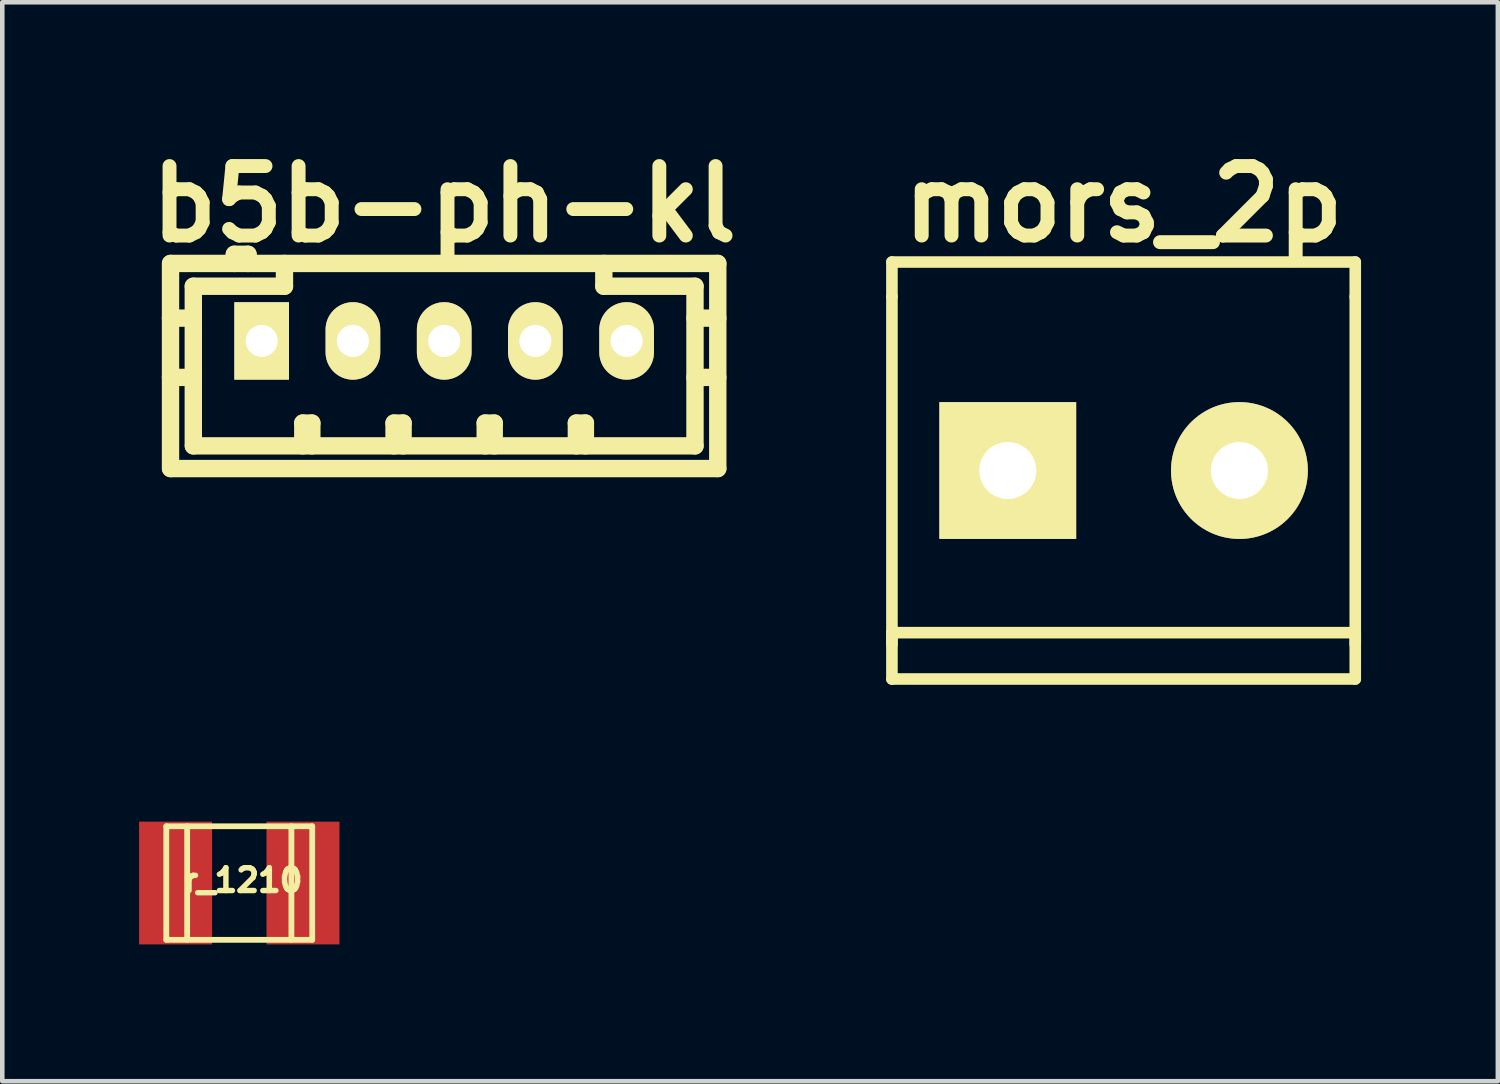
<source format=kicad_pcb>
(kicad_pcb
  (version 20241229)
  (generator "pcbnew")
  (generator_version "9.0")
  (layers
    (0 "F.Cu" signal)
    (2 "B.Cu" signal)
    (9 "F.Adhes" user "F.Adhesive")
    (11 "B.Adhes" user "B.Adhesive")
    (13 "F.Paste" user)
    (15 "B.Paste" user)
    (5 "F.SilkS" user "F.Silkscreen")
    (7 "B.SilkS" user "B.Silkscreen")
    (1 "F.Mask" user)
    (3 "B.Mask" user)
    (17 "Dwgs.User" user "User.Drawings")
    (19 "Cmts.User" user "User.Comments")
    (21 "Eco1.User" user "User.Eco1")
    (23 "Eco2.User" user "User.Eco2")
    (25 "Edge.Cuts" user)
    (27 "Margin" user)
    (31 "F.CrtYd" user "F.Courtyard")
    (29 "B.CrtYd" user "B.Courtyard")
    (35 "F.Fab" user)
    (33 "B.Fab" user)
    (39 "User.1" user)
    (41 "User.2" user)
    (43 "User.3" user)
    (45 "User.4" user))
  (footprint "r_1210"
    (layer "F.Cu")
    (at 2.197 16.314)
    (property "Reference" "r_1210" (at 0.076 -0.061 0) (layer "F.SilkS") (effects (font (size 0.5 0.5) (thickness 0.119))))
    (attr through_hole)
    (fp_line (start -1.6 -1.245) (end -1.6 1.245) (stroke (width 0.127) (type solid)) (layer "F.SilkS"))
    (fp_line (start -1.6 1.245) (end 1.6 1.245) (stroke (width 0.127) (type solid)) (layer "F.SilkS"))
    (fp_line (start -1.143 1.245) (end -1.143 -1.245) (stroke (width 0.127) (type solid)) (layer "F.SilkS"))
    (fp_line (start 1.143 -1.245) (end 1.143 1.245) (stroke (width 0.127) (type solid)) (layer "F.SilkS"))
    (fp_line (start 1.6 -1.245) (end -1.6 -1.245) (stroke (width 0.127) (type solid)) (layer "F.SilkS"))
    (fp_line (start 1.6 1.245) (end 1.6 -1.245) (stroke (width 0.127) (type solid)) (layer "F.SilkS"))
    (pad "1" smd rect (at 1.397 0) (size 1.6 2.692) (layers "F.Cu" "F.Mask" "F.Paste"))
    (pad "2" smd rect (at -1.397 0) (size 1.6 2.692) (layers "F.Cu" "F.Mask" "F.Paste")))
  (footprint "b5b-ph-kl"
    (layer "F.Cu")
    (at 6.691 4.426)
    (property "Reference" "b5b-ph-kl" (at 0 -3 0) (layer "F.SilkS") (effects (font (size 1.524 1.524) (thickness 0.305))))
    (attr through_hole)
    (fp_line (start -6.002 -1.699) (end -6.002 2.799) (stroke (width 0.381) (type solid)) (layer "F.SilkS"))
    (fp_line (start -5.502 -1.199) (end -5.502 2.301) (stroke (width 0.381) (type solid)) (layer "F.SilkS"))
    (fp_line (start -5.502 -0.5) (end -6.002 -0.5) (stroke (width 0.381) (type solid)) (layer "F.SilkS"))
    (fp_line (start -5.502 0.8) (end -6.002 0.8) (stroke (width 0.381) (type solid)) (layer "F.SilkS"))
    (fp_line (start -5.499 2.301) (end 5.499 2.301) (stroke (width 0.381) (type solid)) (layer "F.SilkS"))
    (fp_line (start -4.602 -1.9) (end -4.602 -1.699) (stroke (width 0.381) (type solid)) (layer "F.SilkS"))
    (fp_line (start -4.303 -1.9) (end -4.602 -1.9) (stroke (width 0.381) (type solid)) (layer "F.SilkS"))
    (fp_line (start -4.303 -1.699) (end -4.303 -1.9) (stroke (width 0.381) (type solid)) (layer "F.SilkS"))
    (fp_line (start -3.503 -1.699) (end -3.503 -1.199) (stroke (width 0.381) (type solid)) (layer "F.SilkS"))
    (fp_line (start -3.503 -1.199) (end -5.502 -1.199) (stroke (width 0.381) (type solid)) (layer "F.SilkS"))
    (fp_line (start -3.101 1.801) (end -2.903 1.801) (stroke (width 0.381) (type solid)) (layer "F.SilkS"))
    (fp_line (start -3.101 2.301) (end -3.101 1.801) (stroke (width 0.381) (type solid)) (layer "F.SilkS"))
    (fp_line (start -2.903 1.801) (end -2.903 2.301) (stroke (width 0.381) (type solid)) (layer "F.SilkS"))
    (fp_line (start -1.1 1.801) (end -0.902 1.801) (stroke (width 0.381) (type solid)) (layer "F.SilkS"))
    (fp_line (start -1.1 2.301) (end -1.1 1.801) (stroke (width 0.381) (type solid)) (layer "F.SilkS"))
    (fp_line (start -0.902 1.801) (end -0.902 2.301) (stroke (width 0.381) (type solid)) (layer "F.SilkS"))
    (fp_line (start 0.899 1.801) (end 1.097 1.801) (stroke (width 0.381) (type solid)) (layer "F.SilkS"))
    (fp_line (start 0.899 2.301) (end 0.899 1.801) (stroke (width 0.381) (type solid)) (layer "F.SilkS"))
    (fp_line (start 1.097 1.801) (end 1.097 2.301) (stroke (width 0.381) (type solid)) (layer "F.SilkS"))
    (fp_line (start 2.898 1.801) (end 3.096 1.801) (stroke (width 0.381) (type solid)) (layer "F.SilkS"))
    (fp_line (start 2.898 2.301) (end 2.898 1.801) (stroke (width 0.381) (type solid)) (layer "F.SilkS"))
    (fp_line (start 3.096 1.801) (end 3.096 2.301) (stroke (width 0.381) (type solid)) (layer "F.SilkS"))
    (fp_line (start 3.5 -1.199) (end 3.5 -1.699) (stroke (width 0.381) (type solid)) (layer "F.SilkS"))
    (fp_line (start 5.499 -1.199) (end 3.5 -1.199) (stroke (width 0.381) (type solid)) (layer "F.SilkS"))
    (fp_line (start 5.499 0.8) (end 5.999 0.8) (stroke (width 0.381) (type solid)) (layer "F.SilkS"))
    (fp_line (start 5.499 2.301) (end 5.499 -1.199) (stroke (width 0.381) (type solid)) (layer "F.SilkS"))
    (fp_line (start 5.999 -1.699) (end -5.999 -1.699) (stroke (width 0.381) (type solid)) (layer "F.SilkS"))
    (fp_line (start 5.999 -1.699) (end 5.999 2.799) (stroke (width 0.381) (type solid)) (layer "F.SilkS"))
    (fp_line (start 5.999 -0.5) (end 5.499 -0.5) (stroke (width 0.381) (type solid)) (layer "F.SilkS"))
    (fp_line (start 5.999 2.799) (end -5.999 2.799) (stroke (width 0.381) (type solid)) (layer "F.SilkS"))
    (pad "1" thru_hole rect (at -4.003 0) (size 1.199 1.699) (drill 0.701) (layers "*.Cu" "*.Mask" "F.SilkS"))
    (pad "2" thru_hole oval (at -2.002 0) (size 1.199 1.699) (drill 0.701) (layers "*.Cu" "*.Mask" "F.SilkS"))
    (pad "3" thru_hole oval (at 0 0) (size 1.199 1.699) (drill 0.701) (layers "*.Cu" "*.Mask" "F.SilkS"))
    (pad "4" thru_hole oval (at 1.999 0) (size 1.199 1.699) (drill 0.701) (layers "*.Cu" "*.Mask" "F.SilkS"))
    (pad "5" thru_hole oval (at 4 0) (size 1.199 1.699) (drill 0.701) (layers "*.Cu" "*.Mask" "F.SilkS")))
  (footprint "mors_2p"
    (layer "F.Cu")
    (at 21.589 7.268)
    (property "Reference" "mors_2p" (at 0 -5.842 0) (layer "F.SilkS") (effects (font (size 1.524 1.524) (thickness 0.305))))
    (attr through_hole)
    (fp_line (start -5.08 -4.572) (end -5.08 -3.81) (stroke (width 0.254) (type solid)) (layer "F.SilkS"))
    (fp_line (start -5.08 -3.81) (end -5.08 3.81) (stroke (width 0.254) (type solid)) (layer "F.SilkS"))
    (fp_line (start -5.08 3.556) (end 5.08 3.556) (stroke (width 0.254) (type solid)) (layer "F.SilkS"))
    (fp_line (start -5.08 4.572) (end -5.08 3.556) (stroke (width 0.254) (type solid)) (layer "F.SilkS"))
    (fp_line (start 5.08 -4.572) (end -5.08 -4.572) (stroke (width 0.254) (type solid)) (layer "F.SilkS"))
    (fp_line (start 5.08 -3.81) (end 5.08 -4.572) (stroke (width 0.254) (type solid)) (layer "F.SilkS"))
    (fp_line (start 5.08 3.556) (end 5.08 4.572) (stroke (width 0.254) (type solid)) (layer "F.SilkS"))
    (fp_line (start 5.08 3.81) (end 5.08 -3.81) (stroke (width 0.254) (type solid)) (layer "F.SilkS"))
    (fp_line (start 5.08 4.572) (end -5.08 4.572) (stroke (width 0.254) (type solid)) (layer "F.SilkS"))
    (pad "1" thru_hole rect (at -2.54 0) (size 3 3) (drill 1.25) (layers "*.Cu" "*.Mask" "F.SilkS"))
    (pad "2" thru_hole circle (at 2.54 0) (size 3 3) (drill 1.25) (layers "*.Cu" "*.Mask" "F.SilkS")))
  (gr_rect
    (start -3 -3)
    (end 29.796 20.66)
    (stroke (width 0.1) (type default))
    (fill no)
    (layer "Edge.Cuts")))
</source>
